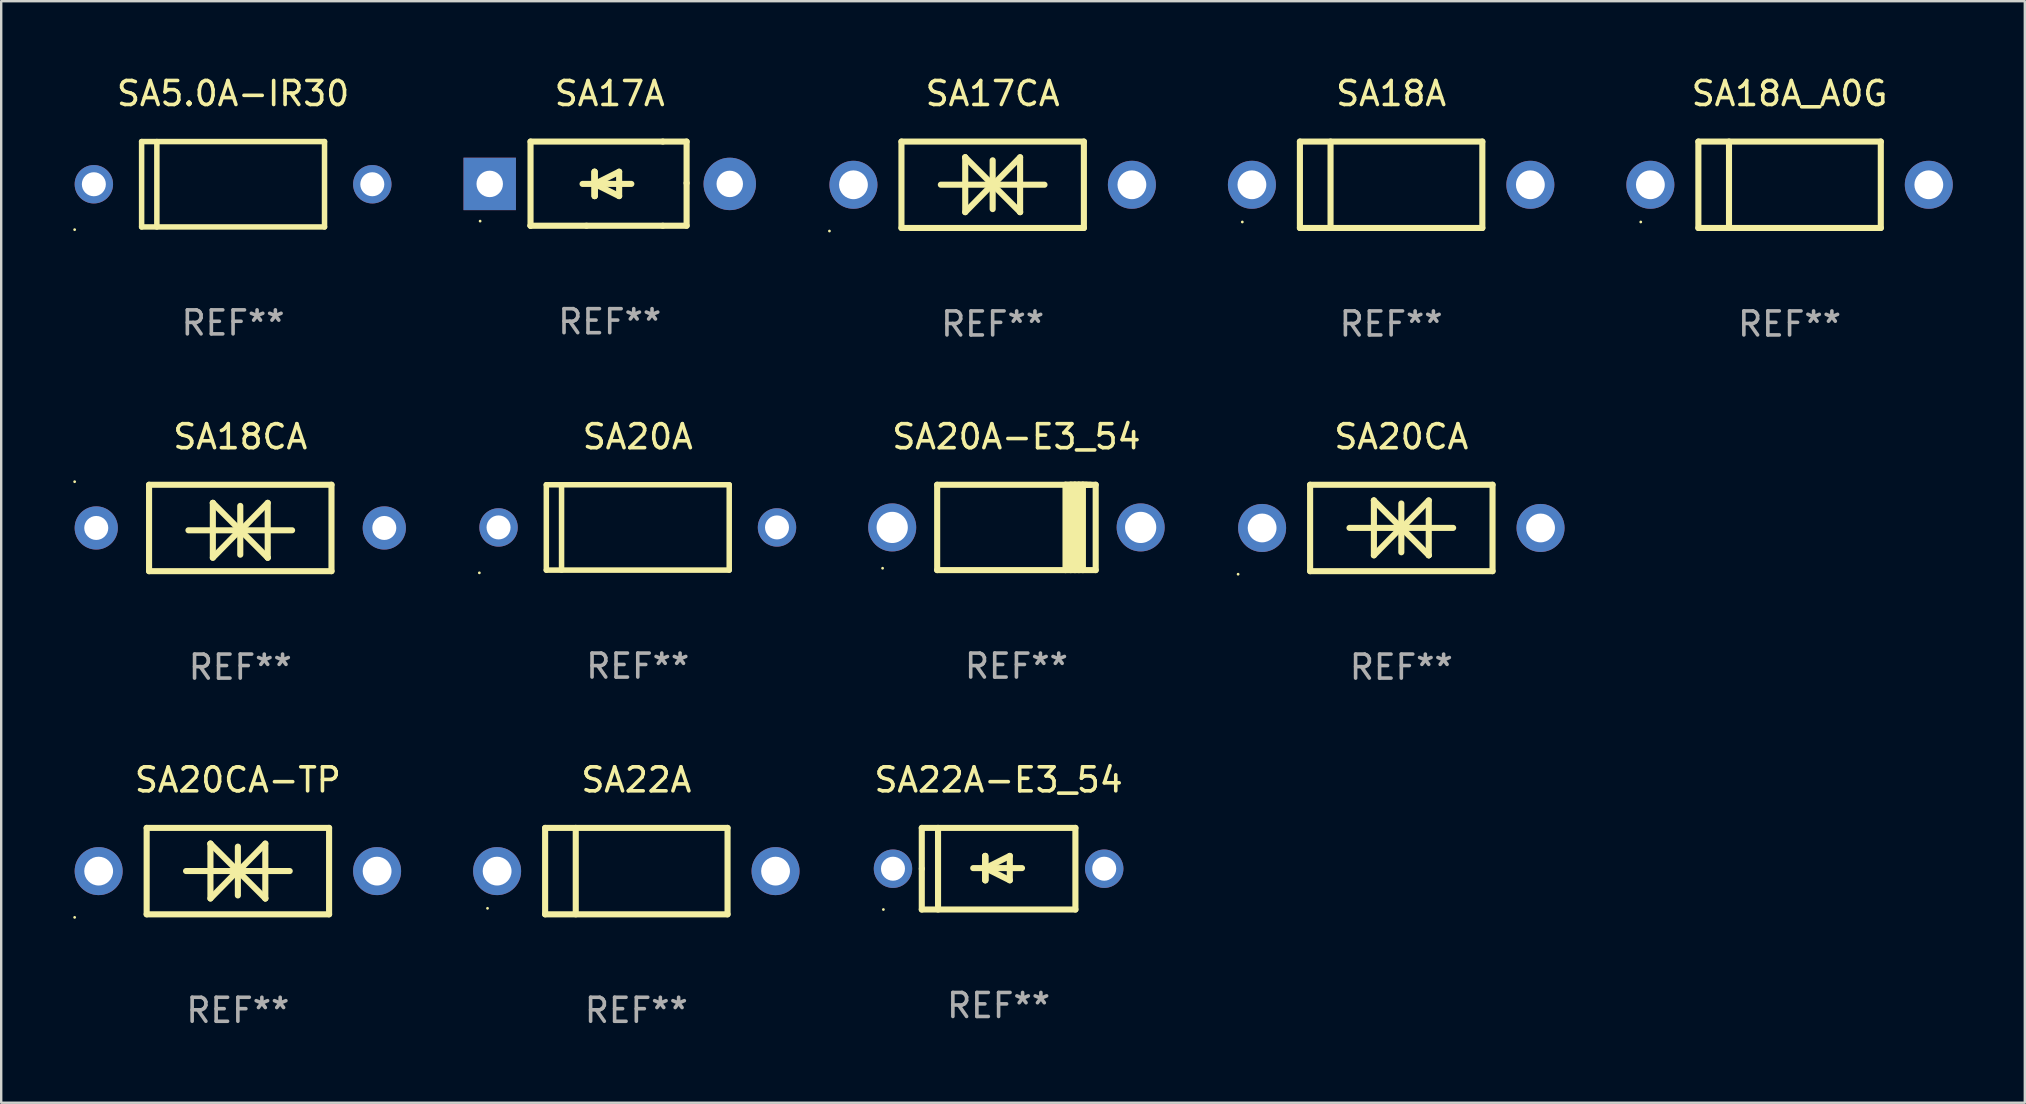
<source format=kicad_pcb>
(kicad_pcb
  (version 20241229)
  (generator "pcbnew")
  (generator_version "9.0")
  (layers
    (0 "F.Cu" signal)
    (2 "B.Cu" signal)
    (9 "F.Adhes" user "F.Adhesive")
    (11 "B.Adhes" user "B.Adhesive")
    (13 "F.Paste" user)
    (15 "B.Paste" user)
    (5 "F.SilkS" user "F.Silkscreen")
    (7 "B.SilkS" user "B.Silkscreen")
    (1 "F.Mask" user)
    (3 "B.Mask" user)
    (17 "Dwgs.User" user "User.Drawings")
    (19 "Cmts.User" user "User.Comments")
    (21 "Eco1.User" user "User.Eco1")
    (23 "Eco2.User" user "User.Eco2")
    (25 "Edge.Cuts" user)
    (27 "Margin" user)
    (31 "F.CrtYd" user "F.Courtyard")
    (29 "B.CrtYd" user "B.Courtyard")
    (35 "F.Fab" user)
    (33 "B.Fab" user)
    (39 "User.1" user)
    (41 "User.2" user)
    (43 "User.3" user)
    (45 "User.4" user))
  (footprint "SA5.0A-IR30"
    (layer "F.Cu")
    (at 6.66 4.626)
    (property "Reference" "SA5.0A-IR30" (at 0 -3.778 0) (layer "F.SilkS") (effects (font (size 1 1) (thickness 0.15))))
    (attr through_hole)
    (fp_line (start -3.81 -1.778) (end 3.81 -1.778) (stroke (width 0.229) (type solid)) (layer "F.SilkS"))
    (fp_line (start -3.81 1.778) (end -3.81 -1.778) (stroke (width 0.229) (type solid)) (layer "F.SilkS"))
    (fp_line (start -3.175 1.778) (end -3.175 -1.778) (stroke (width 0.229) (type solid)) (layer "F.SilkS"))
    (fp_line (start 3.81 -1.778) (end 3.81 1.778) (stroke (width 0.229) (type solid)) (layer "F.SilkS"))
    (fp_line (start 3.81 1.778) (end -3.81 1.778) (stroke (width 0.229) (type solid)) (layer "F.SilkS"))
    (fp_circle (center -6.6 1.892) (end -6.57 1.892) (stroke (width 0.06) (type solid)) (fill no) (layer "F.SilkS"))
    (fp_text user "REF**" (at 0 5.778 0) (layer "F.Fab") (effects (font (size 1 1) (thickness 0.15))))
    (pad "1" thru_hole circle (at -5.8 0) (size 1.6 1.6) (drill 1) (layers "*.Cu" "*.Mask"))
    (pad "2" thru_hole circle (at 5.8 0) (size 1.6 1.6) (drill 1) (layers "*.Cu" "*.Mask")))
  (footprint "SA18CA"
    (layer "F.Cu")
    (at 6.96 18.945)
    (property "Reference" "SA18CA" (at 0 -3.8 0) (layer "F.SilkS") (effects (font (size 1 1) (thickness 0.15))))
    (attr through_hole)
    (fp_line (start -3.8 -1.8) (end -3.8 1.8) (stroke (width 0.254) (type solid)) (layer "F.SilkS"))
    (fp_line (start -3.8 1.8) (end 3.8 1.8) (stroke (width 0.254) (type solid)) (layer "F.SilkS"))
    (fp_line (start -3.8 -1.8) (end 3.8 -1.8) (stroke (width 0.254) (type solid)) (layer "F.SilkS"))
    (fp_line (start -2.159 0.097) (end 2.159 0.097) (stroke (width 0.254) (type solid)) (layer "F.SilkS"))
    (fp_line (start -1.143 -1.046) (end -1.143 1.24) (stroke (width 0.254) (type solid)) (layer "F.SilkS"))
    (fp_line (start -1.143 -1.043) (end -1.143 -1.046) (stroke (width 0.254) (type solid)) (layer "F.SilkS"))
    (fp_line (start -0.000076 -0.919) (end -0.000076 1.113) (stroke (width 0.254) (type solid)) (layer "F.SilkS"))
    (fp_line (start -0.000076 0.074) (end -1.143 1.24) (stroke (width 0.254) (type solid)) (layer "F.SilkS"))
    (fp_line (start -0.000076 0.094) (end 1.143 1.237) (stroke (width 0.254) (type solid)) (layer "F.SilkS"))
    (fp_line (start -0.000076 0.1) (end -1.143 -1.043) (stroke (width 0.254) (type solid)) (layer "F.SilkS"))
    (fp_line (start -0.000076 0.12) (end 1.143 -1.046) (stroke (width 0.254) (type solid)) (layer "F.SilkS"))
    (fp_line (start 1.143 1.237) (end 1.143 1.24) (stroke (width 0.254) (type solid)) (layer "F.SilkS"))
    (fp_line (start 1.143 1.24) (end 1.143 -1.046) (stroke (width 0.254) (type solid)) (layer "F.SilkS"))
    (fp_line (start 3.8 -1.8) (end 3.8 1.8) (stroke (width 0.254) (type solid)) (layer "F.SilkS"))
    (fp_circle (center -6.9 -1.927) (end -6.87 -1.927) (stroke (width 0.06) (type solid)) (fill no) (layer "F.SilkS"))
    (fp_text user "REF**" (at 0 5.8 0) (layer "F.Fab") (effects (font (size 1 1) (thickness 0.15))))
    (pad "1" thru_hole circle (at -6 -0.000089) (size 1.8 1.8) (drill 1) (layers "*.Cu" "*.Mask"))
    (pad "2" thru_hole circle (at 6 -0.000089) (size 1.8 1.8) (drill 1) (layers "*.Cu" "*.Mask")))
  (footprint "SA17A"
    (layer "F.Cu")
    (at 22.352 4.601)
    (property "Reference" "SA17A" (at 0 -3.753 0) (layer "F.SilkS") (effects (font (size 1 1) (thickness 0.15))))
    (attr through_hole)
    (fp_line (start -3.3 -1.753) (end 2.212 -1.753) (stroke (width 0.254) (type solid)) (layer "F.SilkS"))
    (fp_line (start -3.3 1.753) (end -3.3 -1.753) (stroke (width 0.254) (type solid)) (layer "F.SilkS"))
    (fp_line (start -3.3 1.753) (end -3.3 1.753) (stroke (width 0.254) (type solid)) (layer "F.SilkS"))
    (fp_line (start -0.968 1.753) (end -3.3 1.753) (stroke (width 0.254) (type solid)) (layer "F.SilkS"))
    (fp_line (start -0.636 -0.497) (end -0.636 0.519) (stroke (width 0.254) (type solid)) (layer "F.SilkS"))
    (fp_line (start -0.636 0.011) (end -0.636 -0.497) (stroke (width 0.254) (type solid)) (layer "F.SilkS"))
    (fp_line (start -0.624 0.011) (end -0.624 0.519) (stroke (width 0.254) (type solid)) (layer "F.SilkS"))
    (fp_line (start -0.624 0.011) (end 0.392 0.519) (stroke (width 0.254) (type solid)) (layer "F.SilkS"))
    (fp_line (start -0.624 0.519) (end -0.624 -0.497) (stroke (width 0.254) (type solid)) (layer "F.SilkS"))
    (fp_line (start 0.392 -0.497) (end -0.624 0.011) (stroke (width 0.254) (type solid)) (layer "F.SilkS"))
    (fp_line (start 0.392 0.519) (end 0.392 -0.497) (stroke (width 0.254) (type solid)) (layer "F.SilkS"))
    (fp_line (start 0.9 0.011) (end -1.132 0.011) (stroke (width 0.254) (type solid)) (layer "F.SilkS"))
    (fp_line (start 2.212 -1.753) (end 3.202 -1.753) (stroke (width 0.254) (type solid)) (layer "F.SilkS"))
    (fp_line (start 2.212 1.753) (end -0.968 1.753) (stroke (width 0.254) (type solid)) (layer "F.SilkS"))
    (fp_line (start 3.202 -1.753) (end 3.202 -0.025) (stroke (width 0.254) (type solid)) (layer "F.SilkS"))
    (fp_line (start 3.202 -0.025) (end 3.202 1.753) (stroke (width 0.254) (type solid)) (layer "F.SilkS"))
    (fp_line (start 3.202 1.753) (end 2.212 1.753) (stroke (width 0.254) (type solid)) (layer "F.SilkS"))
    (fp_circle (center -5.4 1.561) (end -5.37 1.561) (stroke (width 0.06) (type solid)) (fill no) (layer "F.SilkS"))
    (fp_text user "REF**" (at 0 5.753 0) (layer "F.Fab") (effects (font (size 1 1) (thickness 0.15))))
    (pad "1" thru_hole rect (at -5 0.011 180) (size 2.184 2.184) (drill 1.102) (layers "*.Cu" "*.Mask"))
    (pad "2" thru_hole circle (at 5 0.011) (size 2.184 2.184) (drill 1.102) (layers "*.Cu" "*.Mask")))
  (footprint "SA20CA-TP"
    (layer "F.Cu")
    (at 6.86 33.241)
    (property "Reference" "SA20CA-TP" (at 0 -3.8 0) (layer "F.SilkS") (effects (font (size 1 1) (thickness 0.15))))
    (attr through_hole)
    (fp_line (start -3.8 -1.8) (end -3.8 1.8) (stroke (width 0.254) (type solid)) (layer "F.SilkS"))
    (fp_line (start -3.8 -1.8) (end 3.8 -1.8) (stroke (width 0.254) (type solid)) (layer "F.SilkS"))
    (fp_line (start -3.8 1.8) (end 3.8 1.8) (stroke (width 0.254) (type solid)) (layer "F.SilkS"))
    (fp_line (start -2.159 -0.003) (end 2.159 -0.003) (stroke (width 0.254) (type solid)) (layer "F.SilkS"))
    (fp_line (start -1.143 -1.146) (end -1.143 1.14) (stroke (width 0.254) (type solid)) (layer "F.SilkS"))
    (fp_line (start -1.143 -1.143) (end -1.143 -1.146) (stroke (width 0.254) (type solid)) (layer "F.SilkS"))
    (fp_line (start 0 -1.019) (end 0 1.013) (stroke (width 0.254) (type solid)) (layer "F.SilkS"))
    (fp_line (start 0 -0.026) (end -1.143 1.14) (stroke (width 0.254) (type solid)) (layer "F.SilkS"))
    (fp_line (start 0 -0.006) (end 1.143 1.137) (stroke (width 0.254) (type solid)) (layer "F.SilkS"))
    (fp_line (start 0 0) (end -1.143 -1.143) (stroke (width 0.254) (type solid)) (layer "F.SilkS"))
    (fp_line (start 0 0.02) (end 1.143 -1.146) (stroke (width 0.254) (type solid)) (layer "F.SilkS"))
    (fp_line (start 1.143 1.137) (end 1.143 1.14) (stroke (width 0.254) (type solid)) (layer "F.SilkS"))
    (fp_line (start 1.143 1.14) (end 1.143 -1.146) (stroke (width 0.254) (type solid)) (layer "F.SilkS"))
    (fp_line (start 3.8 -1.8) (end 3.8 1.8) (stroke (width 0.254) (type solid)) (layer "F.SilkS"))
    (fp_circle (center -6.8 1.927) (end -6.77 1.927) (stroke (width 0.06) (type solid)) (fill no) (layer "F.SilkS"))
    (fp_text user "REF**" (at 0 5.8 0) (layer "F.Fab") (effects (font (size 1 1) (thickness 0.15))))
    (pad "1" thru_hole circle (at -5.8 0) (size 2 2) (drill 1.2) (layers "*.Cu" "*.Mask"))
    (pad "2" thru_hole circle (at 5.8 0) (size 2 2) (drill 1.2) (layers "*.Cu" "*.Mask")))
  (footprint "SA18A_A0G"
    (layer "F.Cu")
    (at 71.505 4.648)
    (property "Reference" "SA18A_A0G" (at 0 -3.8 0) (layer "F.SilkS") (effects (font (size 1 1) (thickness 0.15))))
    (attr through_hole)
    (fp_line (start -3.8 -1.8) (end -3.8 1.8) (stroke (width 0.254) (type solid)) (layer "F.SilkS"))
    (fp_line (start -3.8 -1.8) (end 3.8 -1.8) (stroke (width 0.254) (type solid)) (layer "F.SilkS"))
    (fp_line (start -3.8 1.8) (end 3.8 1.8) (stroke (width 0.254) (type solid)) (layer "F.SilkS"))
    (fp_line (start -2.524 -1.8) (end -2.524 1.8) (stroke (width 0.254) (type solid)) (layer "F.SilkS"))
    (fp_line (start 3.8 -1.8) (end 3.8 1.8) (stroke (width 0.254) (type solid)) (layer "F.SilkS"))
    (fp_circle (center -6.2 1.55) (end -6.17 1.55) (stroke (width 0.06) (type solid)) (fill no) (layer "F.SilkS"))
    (fp_text user "REF**" (at 0 5.8 0) (layer "F.Fab") (effects (font (size 1 1) (thickness 0.15))))
    (pad "1" thru_hole circle (at -5.8 0) (size 2 2) (drill 1.2) (layers "*.Cu" "*.Mask"))
    (pad "2" thru_hole circle (at 5.8 0) (size 2 2) (drill 1.2) (layers "*.Cu" "*.Mask")))
  (footprint "SA18A"
    (layer "F.Cu")
    (at 54.905 4.648)
    (property "Reference" "SA18A" (at 0 -3.8 0) (layer "F.SilkS") (effects (font (size 1 1) (thickness 0.15))))
    (attr through_hole)
    (fp_line (start -3.8 -1.8) (end -3.8 1.8) (stroke (width 0.254) (type solid)) (layer "F.SilkS"))
    (fp_line (start -3.8 -1.8) (end 3.8 -1.8) (stroke (width 0.254) (type solid)) (layer "F.SilkS"))
    (fp_line (start -3.8 1.8) (end 3.8 1.8) (stroke (width 0.254) (type solid)) (layer "F.SilkS"))
    (fp_line (start -2.524 -1.8) (end -2.524 1.8) (stroke (width 0.254) (type solid)) (layer "F.SilkS"))
    (fp_line (start 3.8 -1.8) (end 3.8 1.8) (stroke (width 0.254) (type solid)) (layer "F.SilkS"))
    (fp_circle (center -6.2 1.55) (end -6.17 1.55) (stroke (width 0.06) (type solid)) (fill no) (layer "F.SilkS"))
    (fp_text user "REF**" (at 0 5.8 0) (layer "F.Fab") (effects (font (size 1 1) (thickness 0.15))))
    (pad "1" thru_hole circle (at -5.8 0) (size 2 2) (drill 1.2) (layers "*.Cu" "*.Mask"))
    (pad "2" thru_hole circle (at 5.8 0) (size 2 2) (drill 1.2) (layers "*.Cu" "*.Mask")))
  (footprint "SA20A-E3_54"
    (layer "F.Cu")
    (at 39.295 18.923)
    (property "Reference" "SA20A-E3_54" (at 0 -3.778 0) (layer "F.SilkS") (effects (font (size 1 1) (thickness 0.15))))
    (attr through_hole)
    (fp_line (start -3.302 -1.778) (end -3.302 1.778) (stroke (width 0.254) (type solid)) (layer "F.SilkS"))
    (fp_line (start -3.302 1.778) (end 3.302 1.778) (stroke (width 0.254) (type solid)) (layer "F.SilkS"))
    (fp_line (start 2.045 -1.778) (end 2.045 1.778) (stroke (width 0.254) (type solid)) (layer "F.SilkS"))
    (fp_line (start 2.261 -1.778) (end 2.261 1.778) (stroke (width 0.254) (type solid)) (layer "F.SilkS"))
    (fp_line (start 2.421 -1.778) (end 2.045 -1.778) (stroke (width 0.254) (type solid)) (layer "F.SilkS"))
    (fp_line (start 2.439 -1.778) (end 2.439 1.778) (stroke (width 0.254) (type solid)) (layer "F.SilkS"))
    (fp_line (start 2.579 -1.778) (end 2.261 -1.778) (stroke (width 0.254) (type solid)) (layer "F.SilkS"))
    (fp_line (start 2.604 -1.778) (end 2.604 1.778) (stroke (width 0.254) (type solid)) (layer "F.SilkS"))
    (fp_line (start 2.757 -1.778) (end 2.439 -1.778) (stroke (width 0.254) (type solid)) (layer "F.SilkS"))
    (fp_line (start 2.769 -1.778) (end 2.769 1.778) (stroke (width 0.254) (type solid)) (layer "F.SilkS"))
    (fp_line (start 2.922 -1.778) (end 2.604 -1.778) (stroke (width 0.254) (type solid)) (layer "F.SilkS"))
    (fp_line (start 3.087 -1.778) (end 2.769 -1.778) (stroke (width 0.254) (type solid)) (layer "F.SilkS"))
    (fp_line (start 3.302 -1.778) (end -3.302 -1.778) (stroke (width 0.254) (type solid)) (layer "F.SilkS"))
    (fp_line (start 3.302 1.778) (end 3.302 -1.778) (stroke (width 0.254) (type solid)) (layer "F.SilkS"))
    (fp_circle (center -5.576 1.7) (end -5.546 1.7) (stroke (width 0.06) (type solid)) (fill no) (layer "F.SilkS"))
    (fp_text user "REF**" (at 0 5.778 0) (layer "F.Fab") (effects (font (size 1 1) (thickness 0.15))))
    (pad "1" thru_hole circle (at -5.175 0) (size 2 2) (drill 1.3) (layers "*.Cu" "*.Mask"))
    (pad "2" thru_hole circle (at 5.175 0) (size 2 2) (drill 1.3) (layers "*.Cu" "*.Mask")))
  (footprint "SA20CA"
    (layer "F.Cu")
    (at 55.33 18.945)
    (property "Reference" "SA20CA" (at 0 -3.8 0) (layer "F.SilkS") (effects (font (size 1 1) (thickness 0.15))))
    (attr through_hole)
    (fp_line (start -3.8 -1.8) (end -3.8 1.8) (stroke (width 0.254) (type solid)) (layer "F.SilkS"))
    (fp_line (start -3.8 -1.8) (end 3.8 -1.8) (stroke (width 0.254) (type solid)) (layer "F.SilkS"))
    (fp_line (start -3.8 1.8) (end 3.8 1.8) (stroke (width 0.254) (type solid)) (layer "F.SilkS"))
    (fp_line (start -2.159 -0.003) (end 2.159 -0.003) (stroke (width 0.254) (type solid)) (layer "F.SilkS"))
    (fp_line (start -1.143 -1.146) (end -1.143 1.14) (stroke (width 0.254) (type solid)) (layer "F.SilkS"))
    (fp_line (start -1.143 -1.143) (end -1.143 -1.146) (stroke (width 0.254) (type solid)) (layer "F.SilkS"))
    (fp_line (start 0 -1.019) (end 0 1.013) (stroke (width 0.254) (type solid)) (layer "F.SilkS"))
    (fp_line (start 0 -0.026) (end -1.143 1.14) (stroke (width 0.254) (type solid)) (layer "F.SilkS"))
    (fp_line (start 0 -0.006) (end 1.143 1.137) (stroke (width 0.254) (type solid)) (layer "F.SilkS"))
    (fp_line (start 0 0) (end -1.143 -1.143) (stroke (width 0.254) (type solid)) (layer "F.SilkS"))
    (fp_line (start 0 0.02) (end 1.143 -1.146) (stroke (width 0.254) (type solid)) (layer "F.SilkS"))
    (fp_line (start 1.143 1.137) (end 1.143 1.14) (stroke (width 0.254) (type solid)) (layer "F.SilkS"))
    (fp_line (start 1.143 1.14) (end 1.143 -1.146) (stroke (width 0.254) (type solid)) (layer "F.SilkS"))
    (fp_line (start 3.8 -1.8) (end 3.8 1.8) (stroke (width 0.254) (type solid)) (layer "F.SilkS"))
    (fp_circle (center -6.8 1.927) (end -6.77 1.927) (stroke (width 0.06) (type solid)) (fill no) (layer "F.SilkS"))
    (fp_text user "REF**" (at 0 5.8 0) (layer "F.Fab") (effects (font (size 1 1) (thickness 0.15))))
    (pad "1" thru_hole circle (at -5.8 0) (size 2 2) (drill 1.2) (layers "*.Cu" "*.Mask"))
    (pad "2" thru_hole circle (at 5.8 0) (size 2 2) (drill 1.2) (layers "*.Cu" "*.Mask")))
  (footprint "SA20A"
    (layer "F.Cu")
    (at 23.52 18.923)
    (property "Reference" "SA20A" (at 0 -3.778 0) (layer "F.SilkS") (effects (font (size 1 1) (thickness 0.15))))
    (attr through_hole)
    (fp_line (start -3.81 -1.778) (end 3.81 -1.778) (stroke (width 0.229) (type solid)) (layer "F.SilkS"))
    (fp_line (start -3.81 1.778) (end -3.81 -1.778) (stroke (width 0.229) (type solid)) (layer "F.SilkS"))
    (fp_line (start -3.175 1.778) (end -3.175 -1.778) (stroke (width 0.229) (type solid)) (layer "F.SilkS"))
    (fp_line (start 3.81 -1.778) (end 3.81 1.778) (stroke (width 0.229) (type solid)) (layer "F.SilkS"))
    (fp_line (start 3.81 1.778) (end -3.81 1.778) (stroke (width 0.229) (type solid)) (layer "F.SilkS"))
    (fp_circle (center -6.6 1.892) (end -6.57 1.892) (stroke (width 0.06) (type solid)) (fill no) (layer "F.SilkS"))
    (fp_text user "REF**" (at 0 5.778 0) (layer "F.Fab") (effects (font (size 1 1) (thickness 0.15))))
    (pad "1" thru_hole circle (at -5.8 0) (size 1.6 1.6) (drill 1) (layers "*.Cu" "*.Mask"))
    (pad "2" thru_hole circle (at 5.8 0) (size 1.6 1.6) (drill 1) (layers "*.Cu" "*.Mask")))
  (footprint "SA17CA"
    (layer "F.Cu")
    (at 38.305 4.648)
    (property "Reference" "SA17CA" (at 0 -3.8 0) (layer "F.SilkS") (effects (font (size 1 1) (thickness 0.15))))
    (attr through_hole)
    (fp_line (start -3.8 -1.8) (end -3.8 1.8) (stroke (width 0.254) (type solid)) (layer "F.SilkS"))
    (fp_line (start -3.8 -1.8) (end 3.8 -1.8) (stroke (width 0.254) (type solid)) (layer "F.SilkS"))
    (fp_line (start -3.8 1.8) (end 3.8 1.8) (stroke (width 0.254) (type solid)) (layer "F.SilkS"))
    (fp_line (start -2.159 -0.003) (end 2.159 -0.003) (stroke (width 0.254) (type solid)) (layer "F.SilkS"))
    (fp_line (start -1.143 -1.146) (end -1.143 1.14) (stroke (width 0.254) (type solid)) (layer "F.SilkS"))
    (fp_line (start -1.143 -1.143) (end -1.143 -1.146) (stroke (width 0.254) (type solid)) (layer "F.SilkS"))
    (fp_line (start 0 -1.019) (end 0 1.013) (stroke (width 0.254) (type solid)) (layer "F.SilkS"))
    (fp_line (start 0 -0.026) (end -1.143 1.14) (stroke (width 0.254) (type solid)) (layer "F.SilkS"))
    (fp_line (start 0 -0.006) (end 1.143 1.137) (stroke (width 0.254) (type solid)) (layer "F.SilkS"))
    (fp_line (start 0 0) (end -1.143 -1.143) (stroke (width 0.254) (type solid)) (layer "F.SilkS"))
    (fp_line (start 0 0.02) (end 1.143 -1.146) (stroke (width 0.254) (type solid)) (layer "F.SilkS"))
    (fp_line (start 1.143 1.137) (end 1.143 1.14) (stroke (width 0.254) (type solid)) (layer "F.SilkS"))
    (fp_line (start 1.143 1.14) (end 1.143 -1.146) (stroke (width 0.254) (type solid)) (layer "F.SilkS"))
    (fp_line (start 3.8 -1.8) (end 3.8 1.8) (stroke (width 0.254) (type solid)) (layer "F.SilkS"))
    (fp_circle (center -6.8 1.927) (end -6.77 1.927) (stroke (width 0.06) (type solid)) (fill no) (layer "F.SilkS"))
    (fp_text user "REF**" (at 0 5.8 0) (layer "F.Fab") (effects (font (size 1 1) (thickness 0.15))))
    (pad "1" thru_hole circle (at -5.8 0) (size 2 2) (drill 1.2) (layers "*.Cu" "*.Mask"))
    (pad "2" thru_hole circle (at 5.8 0) (size 2 2) (drill 1.2) (layers "*.Cu" "*.Mask")))
  (footprint "SA22A"
    (layer "F.Cu")
    (at 23.46 33.241)
    (property "Reference" "SA22A" (at 0 -3.8 0) (layer "F.SilkS") (effects (font (size 1 1) (thickness 0.15))))
    (attr through_hole)
    (fp_line (start -3.8 -1.8) (end -3.8 1.8) (stroke (width 0.254) (type solid)) (layer "F.SilkS"))
    (fp_line (start -3.8 -1.8) (end 3.8 -1.8) (stroke (width 0.254) (type solid)) (layer "F.SilkS"))
    (fp_line (start -3.8 1.8) (end 3.8 1.8) (stroke (width 0.254) (type solid)) (layer "F.SilkS"))
    (fp_line (start -2.524 -1.8) (end -2.524 1.8) (stroke (width 0.254) (type solid)) (layer "F.SilkS"))
    (fp_line (start 3.8 -1.8) (end 3.8 1.8) (stroke (width 0.254) (type solid)) (layer "F.SilkS"))
    (fp_circle (center -6.2 1.55) (end -6.17 1.55) (stroke (width 0.06) (type solid)) (fill no) (layer "F.SilkS"))
    (fp_text user "REF**" (at 0 5.8 0) (layer "F.Fab") (effects (font (size 1 1) (thickness 0.15))))
    (pad "1" thru_hole circle (at -5.8 0) (size 2 2) (drill 1.2) (layers "*.Cu" "*.Mask"))
    (pad "2" thru_hole circle (at 5.8 0) (size 2 2) (drill 1.2) (layers "*.Cu" "*.Mask")))
  (footprint "SA22A-E3_54"
    (layer "F.Cu")
    (at 38.552 33.141)
    (property "Reference" "SA22A-E3_54" (at 0 -3.7 0) (layer "F.SilkS") (effects (font (size 1 1) (thickness 0.15))))
    (attr through_hole)
    (fp_line (start -3.2 -1.7) (end 3.2 -1.7) (stroke (width 0.254) (type solid)) (layer "F.SilkS"))
    (fp_line (start -3.2 0) (end -3.2 -1.7) (stroke (width 0.254) (type solid)) (layer "F.SilkS"))
    (fp_line (start -3.2 1.7) (end -3.2 0) (stroke (width 0.254) (type solid)) (layer "F.SilkS"))
    (fp_line (start -2.523 -1.7) (end -2.523 1.7) (stroke (width 0.254) (type solid)) (layer "F.SilkS"))
    (fp_line (start -0.561 -0.533) (end -0.561 0.483) (stroke (width 0.254) (type solid)) (layer "F.SilkS"))
    (fp_line (start -0.561 -0.025) (end -0.561 -0.533) (stroke (width 0.254) (type solid)) (layer "F.SilkS"))
    (fp_line (start -0.549 -0.025) (end -0.549 0.483) (stroke (width 0.254) (type solid)) (layer "F.SilkS"))
    (fp_line (start -0.549 -0.025) (end 0.467 0.483) (stroke (width 0.254) (type solid)) (layer "F.SilkS"))
    (fp_line (start -0.549 0.483) (end -0.549 -0.533) (stroke (width 0.254) (type solid)) (layer "F.SilkS"))
    (fp_line (start 0.467 -0.533) (end -0.549 -0.025) (stroke (width 0.254) (type solid)) (layer "F.SilkS"))
    (fp_line (start 0.467 0.483) (end 0.467 -0.533) (stroke (width 0.254) (type solid)) (layer "F.SilkS"))
    (fp_line (start 0.975 -0.025) (end -1.057 -0.025) (stroke (width 0.254) (type solid)) (layer "F.SilkS"))
    (fp_line (start 3.2 -1.7) (end 3.2 1.7) (stroke (width 0.254) (type solid)) (layer "F.SilkS"))
    (fp_line (start 3.2 1.7) (end -3.2 1.7) (stroke (width 0.254) (type solid)) (layer "F.SilkS"))
    (fp_circle (center -4.8 1.7) (end -4.77 1.7) (stroke (width 0.06) (type solid)) (fill no) (layer "F.SilkS"))
    (fp_text user "REF**" (at 0 5.7 0) (layer "F.Fab") (effects (font (size 1 1) (thickness 0.15))))
    (pad "1" thru_hole circle (at -4.4 0) (size 1.6 1.6) (drill 1) (layers "*.Cu" "*.Mask"))
    (pad "2" thru_hole circle (at 4.4 0) (size 1.6 1.6) (drill 1) (layers "*.Cu" "*.Mask")))
  (gr_rect
    (start -3 -3)
    (end 81.305 42.89)
    (stroke (width 0.1) (type default))
    (fill no)
    (layer "Edge.Cuts")))
</source>
